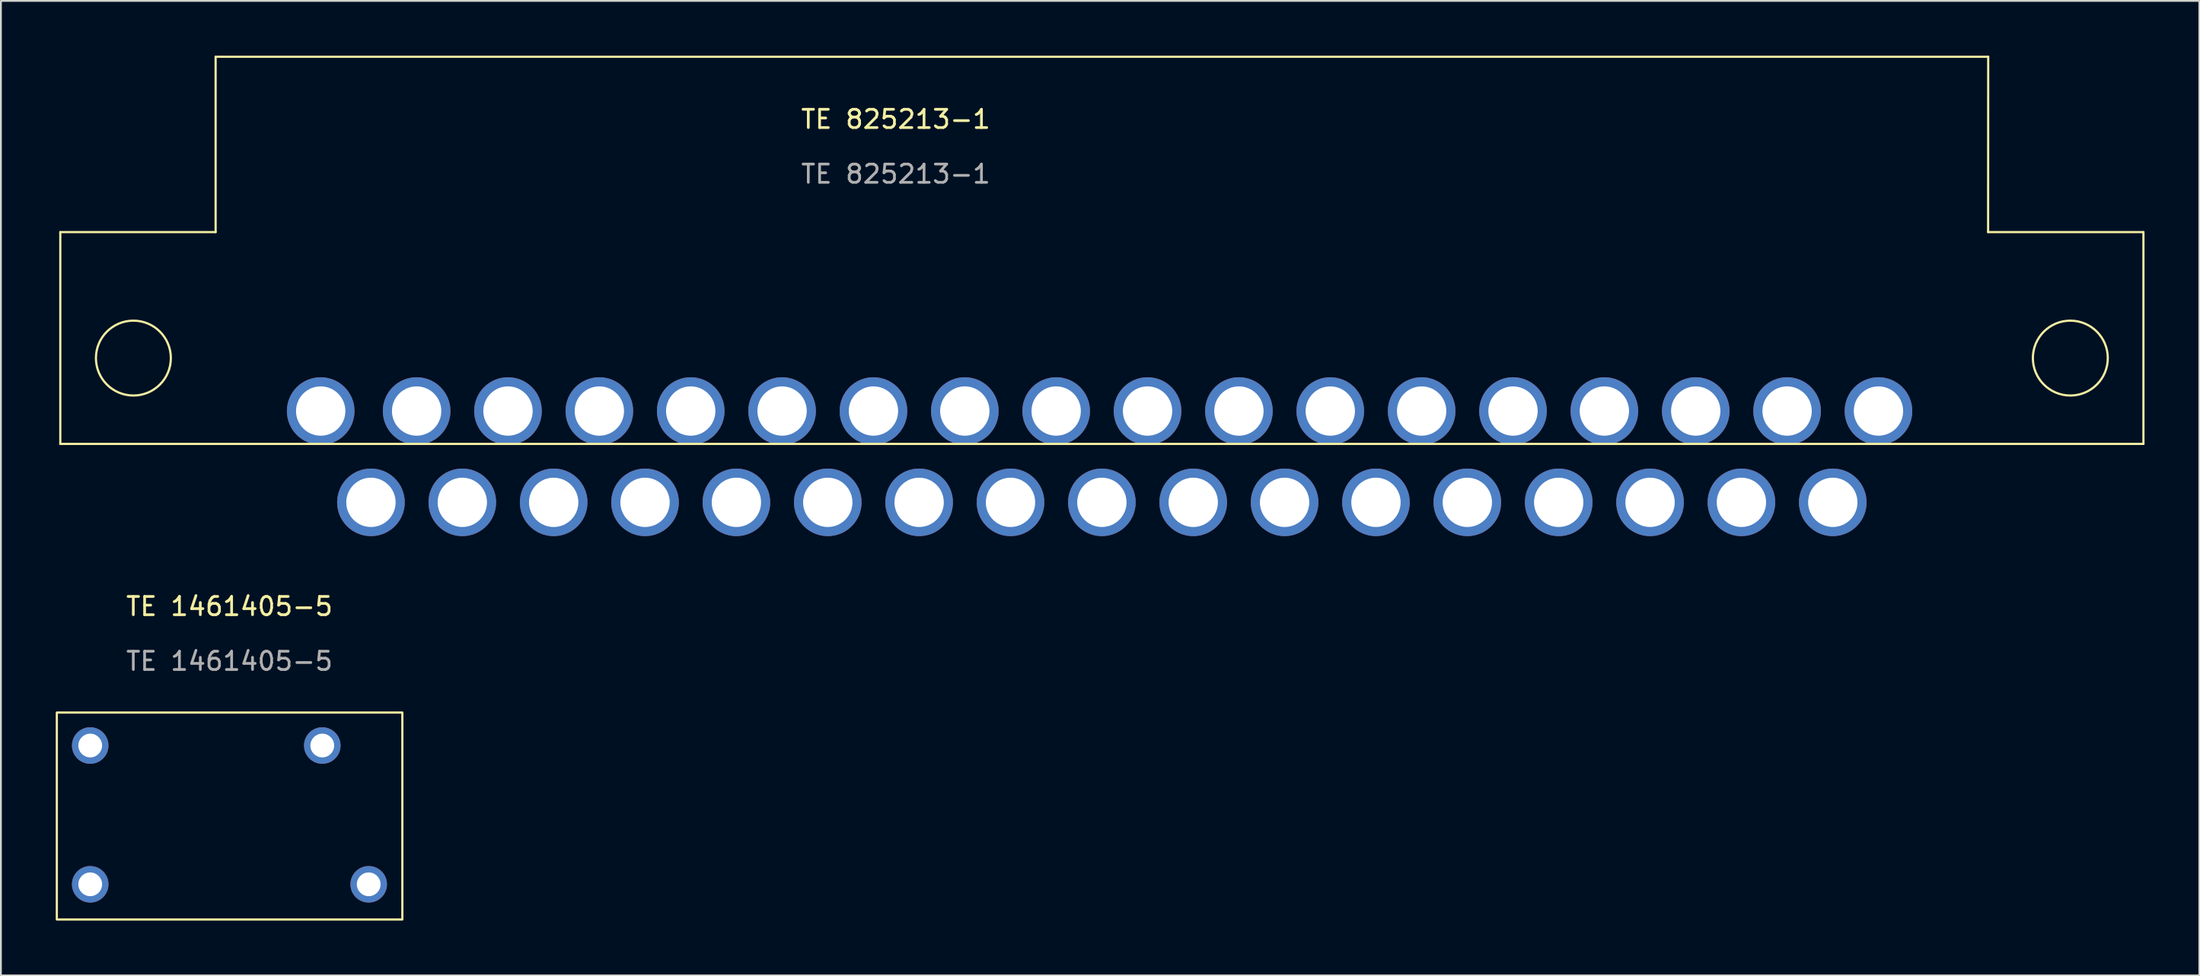
<source format=kicad_pcb>
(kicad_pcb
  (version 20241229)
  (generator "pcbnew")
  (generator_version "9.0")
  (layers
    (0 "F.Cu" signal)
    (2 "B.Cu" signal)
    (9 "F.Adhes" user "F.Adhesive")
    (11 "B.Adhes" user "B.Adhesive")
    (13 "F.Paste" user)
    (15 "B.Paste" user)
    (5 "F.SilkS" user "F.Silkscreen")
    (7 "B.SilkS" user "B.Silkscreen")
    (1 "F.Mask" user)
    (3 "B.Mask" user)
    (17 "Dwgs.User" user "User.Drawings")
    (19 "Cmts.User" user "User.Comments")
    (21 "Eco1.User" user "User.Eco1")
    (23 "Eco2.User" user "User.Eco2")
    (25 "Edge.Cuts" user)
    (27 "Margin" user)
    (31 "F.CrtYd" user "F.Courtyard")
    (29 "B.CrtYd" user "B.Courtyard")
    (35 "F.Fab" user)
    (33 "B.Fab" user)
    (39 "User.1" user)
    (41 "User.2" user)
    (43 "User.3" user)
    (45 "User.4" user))
  (footprint "TE 1461405-5"
    (layer "F.Cu")
    (at 1.887 37.778)
    (property "Reference" "TE 1461405-5" (at 7.62 -7.62 0) (unlocked yes) (layer "F.SilkS") (effects (font (size 1 1) (thickness 0.15))))
    (attr through_hole)
    (fp_rect (start -1.827 -1.807) (end 17.081 9.527) (stroke (width 0.12) (type solid)) (fill no) (layer "F.SilkS"))
    (fp_text user "${REFERENCE}" (at 7.62 -4.62 0) (unlocked yes) (layer "F.Fab") (effects (font (size 1 1) (thickness 0.15))))
    (pad "1" thru_hole circle (at 0 0) (size 2 2) (drill 1.3) (layers "*.Cu" "*.Mask"))
    (pad "2" thru_hole circle (at 0 7.6) (size 2 2) (drill 1.3) (layers "*.Cu" "*.Mask"))
    (pad "3" thru_hole circle (at 12.7 0) (size 2 2) (drill 1.3) (layers "*.Cu" "*.Mask"))
    (pad "4" thru_hole circle (at 15.24 7.6) (size 2 2) (drill 1.3) (layers "*.Cu" "*.Mask")))
  (footprint "TE 825213-1"
    (layer "F.Cu")
    (at 0.25 21.26)
    (property "Reference" "TE 825213-1" (at 45.72 -17.78 0) (unlocked yes) (layer "F.SilkS") (effects (font (size 1 1) (thickness 0.15))))
    (attr through_hole)
    (fp_line (start 0 -11.6) (end 8.5 -11.6) (stroke (width 0.12) (type solid)) (layer "F.SilkS"))
    (fp_line (start 0 0) (end 0 -11.6) (stroke (width 0.12) (type solid)) (layer "F.SilkS"))
    (fp_line (start 0 0) (end 114 0) (stroke (width 0.12) (type solid)) (layer "F.SilkS"))
    (fp_line (start 8.5 -21.2) (end 105.505 -21.2) (stroke (width 0.12) (type solid)) (layer "F.SilkS"))
    (fp_line (start 8.5 -11.6) (end 8.5 -21.2) (stroke (width 0.12) (type solid)) (layer "F.SilkS"))
    (fp_line (start 105.5 -11.6) (end 105.505 -21.2) (stroke (width 0.12) (type solid)) (layer "F.SilkS"))
    (fp_line (start 105.5 -11.6) (end 114 -11.6) (stroke (width 0.12) (type solid)) (layer "F.SilkS"))
    (fp_line (start 114 0) (end 114 -11.6) (stroke (width 0.12) (type solid)) (layer "F.SilkS"))
    (fp_circle (center 4 -4.7) (end 6.05 -4.7) (stroke (width 0.12) (type solid)) (fill no) (layer "F.SilkS"))
    (fp_circle (center 110 -4.7) (end 112.05 -4.7) (stroke (width 0.12) (type solid)) (fill no) (layer "F.SilkS"))
    (fp_text user "${REFERENCE}" (at 45.72 -14.78 0) (unlocked yes) (layer "F.Fab") (effects (font (size 1 1) (thickness 0.15))))
    (pad "1" thru_hole circle (at 99.5 -1.8) (size 3.7 3.7) (drill 2.7) (layers "*.Cu" "*.Mask"))
    (pad "2" thru_hole circle (at 94.5 -1.8) (size 3.7 3.7) (drill 2.7) (layers "*.Cu" "*.Mask"))
    (pad "3" thru_hole circle (at 89.5 -1.8) (size 3.7 3.7) (drill 2.7) (layers "*.Cu" "*.Mask"))
    (pad "4" thru_hole circle (at 84.5 -1.8) (size 3.7 3.7) (drill 2.7) (layers "*.Cu" "*.Mask"))
    (pad "5" thru_hole circle (at 79.5 -1.8) (size 3.7 3.7) (drill 2.7) (layers "*.Cu" "*.Mask"))
    (pad "6" thru_hole circle (at 74.5 -1.8) (size 3.7 3.7) (drill 2.7) (layers "*.Cu" "*.Mask"))
    (pad "7" thru_hole circle (at 69.5 -1.8) (size 3.7 3.7) (drill 2.7) (layers "*.Cu" "*.Mask"))
    (pad "8" thru_hole circle (at 64.5 -1.8) (size 3.7 3.7) (drill 2.7) (layers "*.Cu" "*.Mask"))
    (pad "9" thru_hole circle (at 59.5 -1.8) (size 3.7 3.7) (drill 2.7) (layers "*.Cu" "*.Mask"))
    (pad "10" thru_hole circle (at 54.5 -1.8) (size 3.7 3.7) (drill 2.7) (layers "*.Cu" "*.Mask"))
    (pad "11" thru_hole circle (at 49.5 -1.8) (size 3.7 3.7) (drill 2.7) (layers "*.Cu" "*.Mask"))
    (pad "12" thru_hole circle (at 44.5 -1.8) (size 3.7 3.7) (drill 2.7) (layers "*.Cu" "*.Mask"))
    (pad "13" thru_hole circle (at 39.5 -1.8) (size 3.7 3.7) (drill 2.7) (layers "*.Cu" "*.Mask"))
    (pad "14" thru_hole circle (at 34.5 -1.8) (size 3.7 3.7) (drill 2.7) (layers "*.Cu" "*.Mask"))
    (pad "15" thru_hole circle (at 29.5 -1.8) (size 3.7 3.7) (drill 2.7) (layers "*.Cu" "*.Mask"))
    (pad "16" thru_hole circle (at 24.5 -1.8) (size 3.7 3.7) (drill 2.7) (layers "*.Cu" "*.Mask"))
    (pad "17" thru_hole circle (at 19.5 -1.8) (size 3.7 3.7) (drill 2.7) (layers "*.Cu" "*.Mask"))
    (pad "18" thru_hole circle (at 14.25 -1.8) (size 3.7 3.7) (drill 2.7) (layers "*.Cu" "*.Mask"))
    (pad "19" thru_hole circle (at 97 3.2) (size 3.7 3.7) (drill 2.7) (layers "*.Cu" "*.Mask"))
    (pad "20" thru_hole circle (at 92 3.2) (size 3.7 3.7) (drill 2.7) (layers "*.Cu" "*.Mask"))
    (pad "21" thru_hole circle (at 87 3.2) (size 3.7 3.7) (drill 2.7) (layers "*.Cu" "*.Mask"))
    (pad "22" thru_hole circle (at 82 3.2) (size 3.7 3.7) (drill 2.7) (layers "*.Cu" "*.Mask"))
    (pad "23" thru_hole circle (at 77 3.2) (size 3.7 3.7) (drill 2.7) (layers "*.Cu" "*.Mask"))
    (pad "24" thru_hole circle (at 72 3.2) (size 3.7 3.7) (drill 2.7) (layers "*.Cu" "*.Mask"))
    (pad "25" thru_hole circle (at 67 3.2) (size 3.7 3.7) (drill 2.7) (layers "*.Cu" "*.Mask"))
    (pad "26" thru_hole circle (at 62 3.2) (size 3.7 3.7) (drill 2.7) (layers "*.Cu" "*.Mask"))
    (pad "27" thru_hole circle (at 57 3.2) (size 3.7 3.7) (drill 2.7) (layers "*.Cu" "*.Mask"))
    (pad "28" thru_hole circle (at 52 3.2) (size 3.7 3.7) (drill 2.7) (layers "*.Cu" "*.Mask"))
    (pad "29" thru_hole circle (at 47 3.2) (size 3.7 3.7) (drill 2.7) (layers "*.Cu" "*.Mask"))
    (pad "30" thru_hole circle (at 42 3.2) (size 3.7 3.7) (drill 2.7) (layers "*.Cu" "*.Mask"))
    (pad "31" thru_hole circle (at 37 3.2) (size 3.7 3.7) (drill 2.7) (layers "*.Cu" "*.Mask"))
    (pad "32" thru_hole circle (at 32 3.2) (size 3.7 3.7) (drill 2.7) (layers "*.Cu" "*.Mask"))
    (pad "33" thru_hole circle (at 27 3.2) (size 3.7 3.7) (drill 2.7) (layers "*.Cu" "*.Mask"))
    (pad "34" thru_hole circle (at 22 3.2) (size 3.7 3.7) (drill 2.7) (layers "*.Cu" "*.Mask"))
    (pad "35" thru_hole circle (at 17 3.2) (size 3.7 3.7) (drill 2.7) (layers "*.Cu" "*.Mask")))
  (gr_rect
    (start -3 -3)
    (end 117.31 50.365)
    (stroke (width 0.1) (type default))
    (fill no)
    (layer "Edge.Cuts")))
</source>
